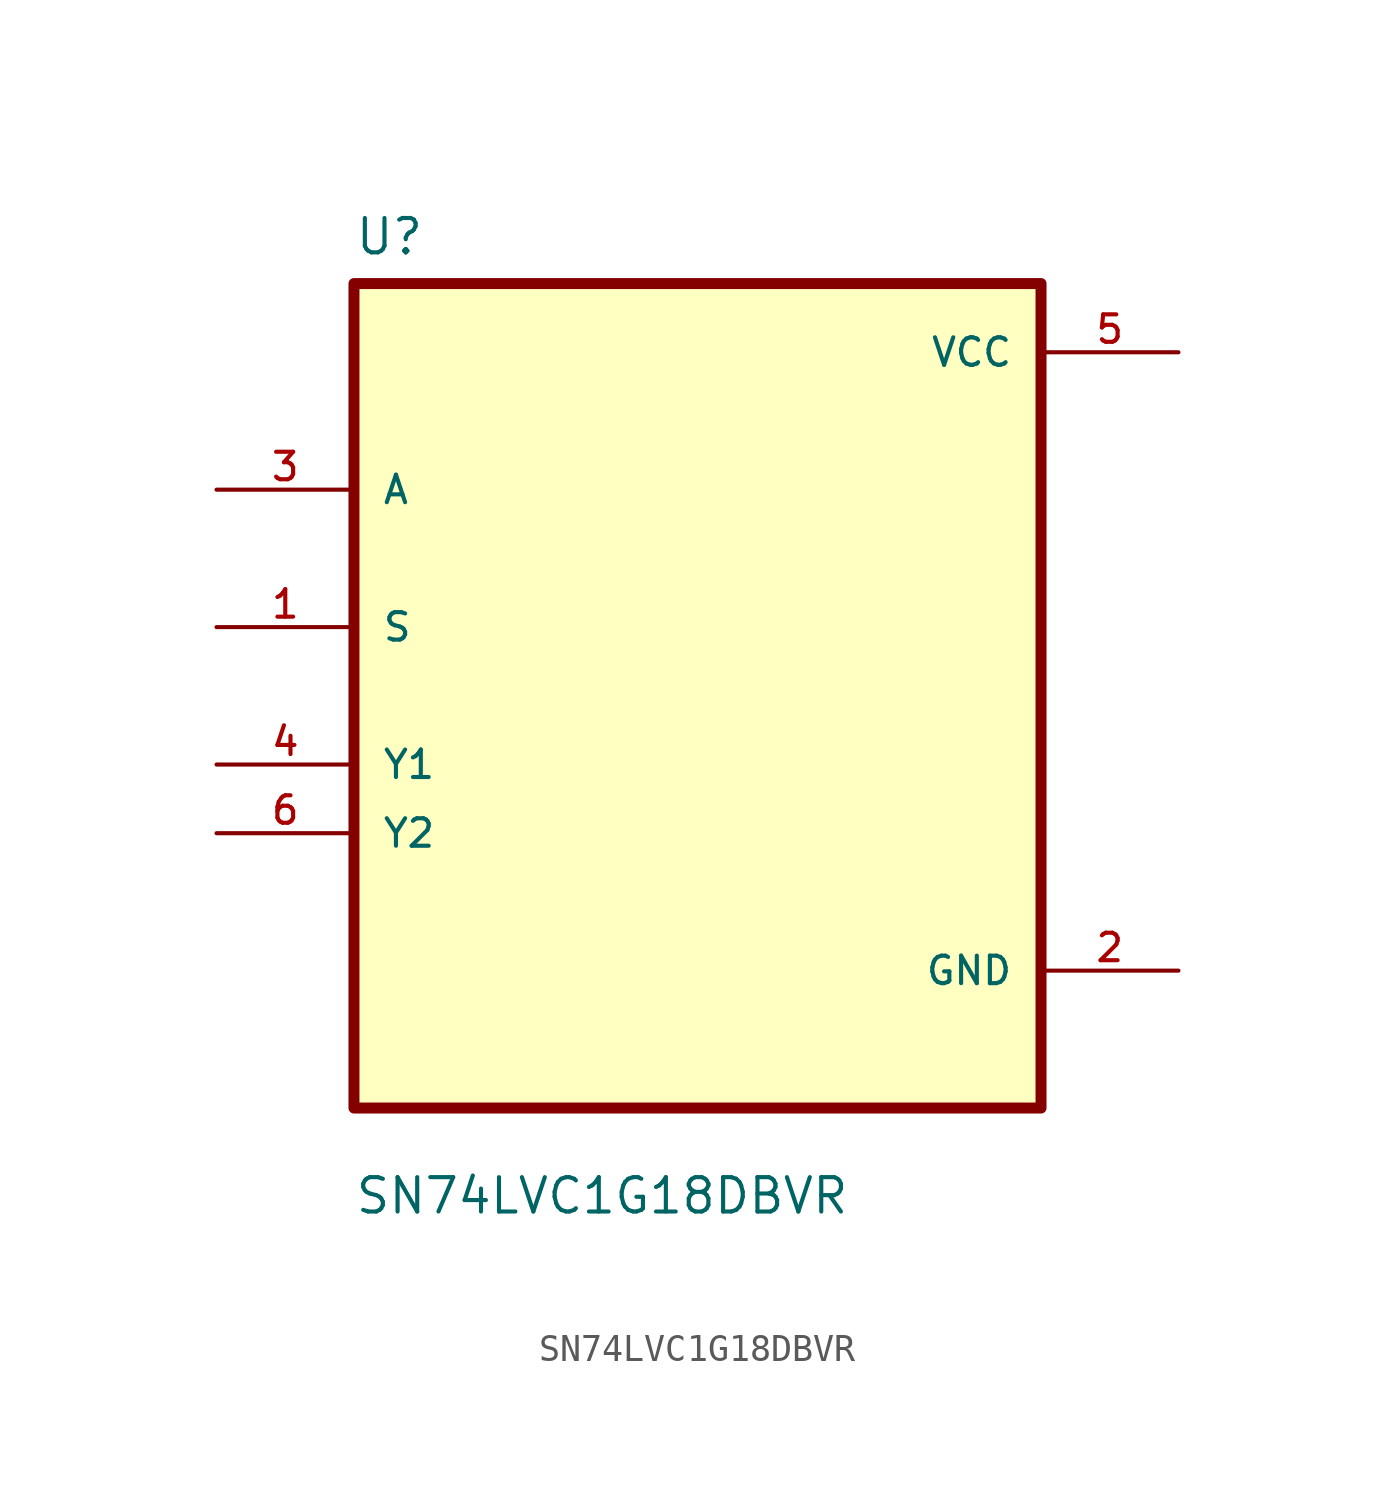
<source format=kicad_sym>
(kicad_symbol_lib
  (version 20211014)
  (generator kicad_symbol_editor)
  (symbol "SN74LVC1G18DBVR"
    (pin_names
      (offset 1.016))
    (property "Reference" "U"
      (at -12.7 16.231 0)
      (effects (font (size 1.27 1.27)) (justify left bottom)))
    (property "Value" "SN74LVC1G18DBVR"
      (at -12.7 -19.228 0)
      (effects (font (size 1.27 1.27)) (justify left bottom)))
    (symbol "SN74LVC1G18DBVR_0_0"
      (rectangle (start -12.7 -15.24) (end 12.7 15.24) (stroke (width 0.406) (type default) (color 0 0 0 0)) (fill (type background)))
      (pin bidirectional line (at -17.78 2.54 0) (length 5.08) (name "S" (effects (font (size 1.016 1.016)))) (number "1" (effects (font (size 1.016 1.016)))))
      (pin power_in line (at 17.78 -10.16 180) (length 5.08) (name "GND" (effects (font (size 1.016 1.016)))) (number "2" (effects (font (size 1.016 1.016)))))
      (pin bidirectional line (at -17.78 7.62 0) (length 5.08) (name "A" (effects (font (size 1.016 1.016)))) (number "3" (effects (font (size 1.016 1.016)))))
      (pin bidirectional line (at -17.78 -2.54 0) (length 5.08) (name "Y1" (effects (font (size 1.016 1.016)))) (number "4" (effects (font (size 1.016 1.016)))))
      (pin power_in line (at 17.78 12.7 180) (length 5.08) (name "VCC" (effects (font (size 1.016 1.016)))) (number "5" (effects (font (size 1.016 1.016)))))
      (pin bidirectional line (at -17.78 -5.08 0) (length 5.08) (name "Y2" (effects (font (size 1.016 1.016)))) (number "6" (effects (font (size 1.016 1.016))))))))
</source>
